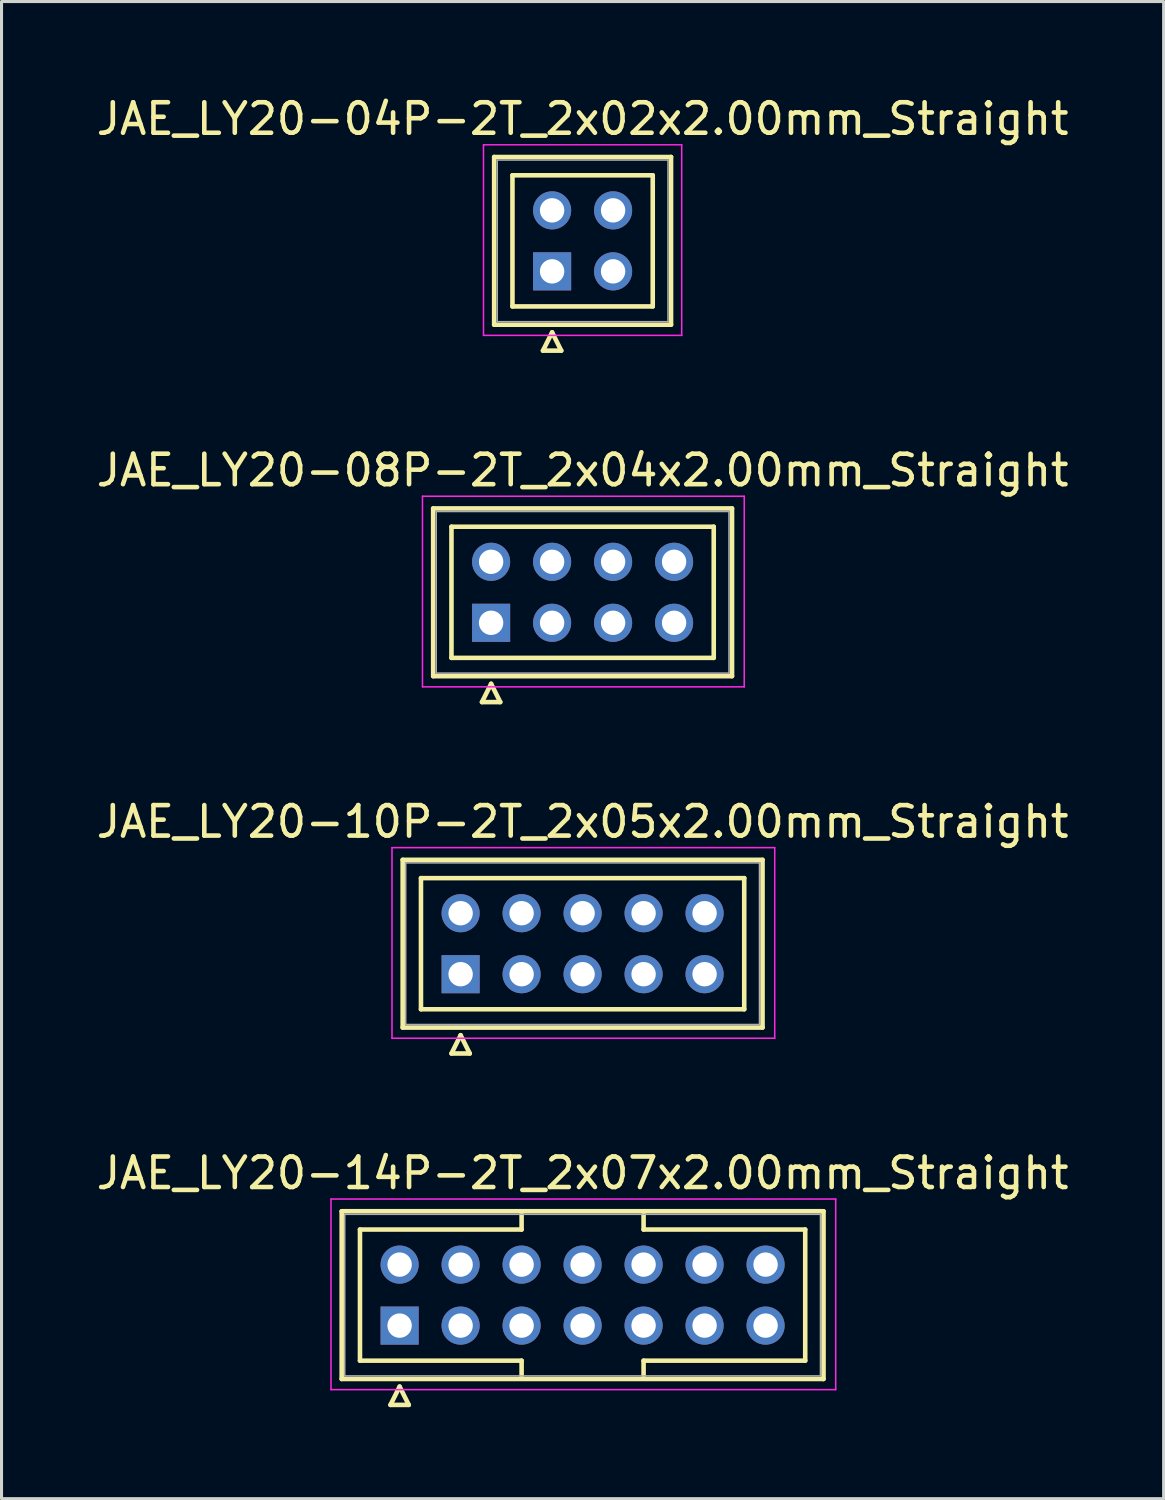
<source format=kicad_pcb>
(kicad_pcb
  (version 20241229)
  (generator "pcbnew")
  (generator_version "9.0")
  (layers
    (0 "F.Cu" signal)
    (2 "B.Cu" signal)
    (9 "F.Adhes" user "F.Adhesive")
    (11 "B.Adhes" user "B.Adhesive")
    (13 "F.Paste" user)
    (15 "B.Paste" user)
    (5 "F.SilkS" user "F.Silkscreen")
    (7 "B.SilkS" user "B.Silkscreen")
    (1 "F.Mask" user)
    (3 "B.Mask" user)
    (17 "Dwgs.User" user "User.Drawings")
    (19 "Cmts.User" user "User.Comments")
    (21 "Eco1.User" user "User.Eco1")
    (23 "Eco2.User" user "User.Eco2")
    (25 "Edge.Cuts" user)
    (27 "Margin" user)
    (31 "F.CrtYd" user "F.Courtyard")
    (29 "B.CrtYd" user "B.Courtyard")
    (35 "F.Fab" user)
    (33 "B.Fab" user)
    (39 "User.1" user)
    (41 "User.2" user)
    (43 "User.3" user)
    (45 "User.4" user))
  (footprint "JAE_LY20-10P-2T_2x05x2.00mm_Straight"
    (layer "F.Cu")
    (at 12.054 28.895)
    (property "Reference" "JAE_LY20-10P-2T_2x05x2.00mm_Straight" (at 4 -5 0) (layer "F.SilkS") (effects (font (size 1 1) (thickness 0.15))))
    (attr through_hole)
    (fp_line (start -1.9 -3.75) (end -1.9 1.75) (stroke (width 0.15) (type solid)) (layer "F.SilkS"))
    (fp_line (start -1.9 1.75) (end 9.9 1.75) (stroke (width 0.15) (type solid)) (layer "F.SilkS"))
    (fp_line (start -1.3 -3.15) (end -1.3 1.15) (stroke (width 0.15) (type solid)) (layer "F.SilkS"))
    (fp_line (start -1.3 1.15) (end 9.3 1.15) (stroke (width 0.15) (type solid)) (layer "F.SilkS"))
    (fp_line (start -0.3 2.6) (end 0.3 2.6) (stroke (width 0.15) (type solid)) (layer "F.SilkS"))
    (fp_line (start 0 2) (end -0.3 2.6) (stroke (width 0.15) (type solid)) (layer "F.SilkS"))
    (fp_line (start 0.3 2.6) (end 0 2) (stroke (width 0.15) (type solid)) (layer "F.SilkS"))
    (fp_line (start 9.3 -3.15) (end -1.3 -3.15) (stroke (width 0.15) (type solid)) (layer "F.SilkS"))
    (fp_line (start 9.3 1.15) (end 9.3 -3.15) (stroke (width 0.15) (type solid)) (layer "F.SilkS"))
    (fp_line (start 9.9 -3.75) (end -1.9 -3.75) (stroke (width 0.15) (type solid)) (layer "F.SilkS"))
    (fp_line (start 9.9 1.75) (end 9.9 -3.75) (stroke (width 0.15) (type solid)) (layer "F.SilkS"))
    (fp_line (start -2.25 -4.15) (end -2.25 2.1) (stroke (width 0.05) (type solid)) (layer "F.CrtYd"))
    (fp_line (start -2.25 2.1) (end 10.3 2.1) (stroke (width 0.05) (type solid)) (layer "F.CrtYd"))
    (fp_line (start 10.3 -4.15) (end -2.25 -4.15) (stroke (width 0.05) (type solid)) (layer "F.CrtYd"))
    (fp_line (start 10.3 2.1) (end 10.3 -4.15) (stroke (width 0.05) (type solid)) (layer "F.CrtYd"))
    (fp_line (start -1.8 -3.65) (end -1.8 1.65) (stroke (width 0.05) (type solid)) (layer "F.Fab"))
    (fp_line (start -1.8 1.65) (end 9.8 1.65) (stroke (width 0.05) (type solid)) (layer "F.Fab"))
    (fp_line (start 9.8 -3.65) (end -1.8 -3.65) (stroke (width 0.05) (type solid)) (layer "F.Fab"))
    (fp_line (start 9.8 1.65) (end 9.8 -3.65) (stroke (width 0.05) (type solid)) (layer "F.Fab"))
    (pad "1" thru_hole rect (at 0 0) (size 1.25 1.25) (drill 0.8) (layers "*.Cu" "*.Mask"))
    (pad "2" thru_hole circle (at 2 0) (size 1.25 1.25) (drill 0.8) (layers "*.Cu" "*.Mask"))
    (pad "3" thru_hole circle (at 4 0) (size 1.25 1.25) (drill 0.8) (layers "*.Cu" "*.Mask"))
    (pad "4" thru_hole circle (at 6 0) (size 1.25 1.25) (drill 0.8) (layers "*.Cu" "*.Mask"))
    (pad "5" thru_hole circle (at 8 0) (size 1.25 1.25) (drill 0.8) (layers "*.Cu" "*.Mask"))
    (pad "6" thru_hole circle (at 0 -2) (size 1.25 1.25) (drill 0.8) (layers "*.Cu" "*.Mask"))
    (pad "7" thru_hole circle (at 2 -2) (size 1.25 1.25) (drill 0.8) (layers "*.Cu" "*.Mask"))
    (pad "8" thru_hole circle (at 4 -2) (size 1.25 1.25) (drill 0.8) (layers "*.Cu" "*.Mask"))
    (pad "9" thru_hole circle (at 6 -2) (size 1.25 1.25) (drill 0.8) (layers "*.Cu" "*.Mask"))
    (pad "10" thru_hole circle (at 8 -2) (size 1.25 1.25) (drill 0.8) (layers "*.Cu" "*.Mask")))
  (footprint "JAE_LY20-04P-2T_2x02x2.00mm_Straight"
    (layer "F.Cu")
    (at 15.054 5.848)
    (property "Reference" "JAE_LY20-04P-2T_2x02x2.00mm_Straight" (at 1 -5 0) (layer "F.SilkS") (effects (font (size 1 1) (thickness 0.15))))
    (attr through_hole)
    (fp_line (start -1.9 -3.75) (end -1.9 1.75) (stroke (width 0.15) (type solid)) (layer "F.SilkS"))
    (fp_line (start -1.9 1.75) (end 3.9 1.75) (stroke (width 0.15) (type solid)) (layer "F.SilkS"))
    (fp_line (start -1.3 -3.15) (end -1.3 1.15) (stroke (width 0.15) (type solid)) (layer "F.SilkS"))
    (fp_line (start -1.3 1.15) (end 3.3 1.15) (stroke (width 0.15) (type solid)) (layer "F.SilkS"))
    (fp_line (start -0.3 2.6) (end 0.3 2.6) (stroke (width 0.15) (type solid)) (layer "F.SilkS"))
    (fp_line (start 0 2) (end -0.3 2.6) (stroke (width 0.15) (type solid)) (layer "F.SilkS"))
    (fp_line (start 0.3 2.6) (end 0 2) (stroke (width 0.15) (type solid)) (layer "F.SilkS"))
    (fp_line (start 3.3 -3.15) (end -1.3 -3.15) (stroke (width 0.15) (type solid)) (layer "F.SilkS"))
    (fp_line (start 3.3 1.15) (end 3.3 -3.15) (stroke (width 0.15) (type solid)) (layer "F.SilkS"))
    (fp_line (start 3.9 -3.75) (end -1.9 -3.75) (stroke (width 0.15) (type solid)) (layer "F.SilkS"))
    (fp_line (start 3.9 1.75) (end 3.9 -3.75) (stroke (width 0.15) (type solid)) (layer "F.SilkS"))
    (fp_line (start -2.25 -4.15) (end -2.25 2.1) (stroke (width 0.05) (type solid)) (layer "F.CrtYd"))
    (fp_line (start -2.25 2.1) (end 4.25 2.1) (stroke (width 0.05) (type solid)) (layer "F.CrtYd"))
    (fp_line (start 4.25 -4.15) (end -2.25 -4.15) (stroke (width 0.05) (type solid)) (layer "F.CrtYd"))
    (fp_line (start 4.25 2.1) (end 4.25 -4.15) (stroke (width 0.05) (type solid)) (layer "F.CrtYd"))
    (fp_line (start -1.8 -3.65) (end -1.8 1.65) (stroke (width 0.05) (type solid)) (layer "F.Fab"))
    (fp_line (start -1.8 1.65) (end 3.8 1.65) (stroke (width 0.05) (type solid)) (layer "F.Fab"))
    (fp_line (start 3.8 -3.65) (end -1.8 -3.65) (stroke (width 0.05) (type solid)) (layer "F.Fab"))
    (fp_line (start 3.8 1.65) (end 3.8 -3.65) (stroke (width 0.05) (type solid)) (layer "F.Fab"))
    (pad "1" thru_hole rect (at 0 0) (size 1.25 1.25) (drill 0.8) (layers "*.Cu" "*.Mask"))
    (pad "2" thru_hole circle (at 2 0) (size 1.25 1.25) (drill 0.8) (layers "*.Cu" "*.Mask"))
    (pad "3" thru_hole circle (at 0 -2) (size 1.25 1.25) (drill 0.8) (layers "*.Cu" "*.Mask"))
    (pad "4" thru_hole circle (at 2 -2) (size 1.25 1.25) (drill 0.8) (layers "*.Cu" "*.Mask")))
  (footprint "JAE_LY20-14P-2T_2x07x2.00mm_Straight"
    (layer "F.Cu")
    (at 10.054 40.418)
    (property "Reference" "JAE_LY20-14P-2T_2x07x2.00mm_Straight" (at 6 -5 0) (layer "F.SilkS") (effects (font (size 1 1) (thickness 0.15))))
    (attr through_hole)
    (fp_line (start -1.9 -3.75) (end -1.9 1.75) (stroke (width 0.15) (type solid)) (layer "F.SilkS"))
    (fp_line (start -1.9 1.75) (end 13.9 1.75) (stroke (width 0.15) (type solid)) (layer "F.SilkS"))
    (fp_line (start -1.3 -3.15) (end 4 -3.15) (stroke (width 0.15) (type solid)) (layer "F.SilkS"))
    (fp_line (start -1.3 1.15) (end -1.3 -3.15) (stroke (width 0.15) (type solid)) (layer "F.SilkS"))
    (fp_line (start -0.3 2.6) (end 0.3 2.6) (stroke (width 0.15) (type solid)) (layer "F.SilkS"))
    (fp_line (start 0 2) (end -0.3 2.6) (stroke (width 0.15) (type solid)) (layer "F.SilkS"))
    (fp_line (start 0.3 2.6) (end 0 2) (stroke (width 0.15) (type solid)) (layer "F.SilkS"))
    (fp_line (start 4 -3.15) (end 4 -3.65) (stroke (width 0.15) (type solid)) (layer "F.SilkS"))
    (fp_line (start 4 1.15) (end -1.3 1.15) (stroke (width 0.15) (type solid)) (layer "F.SilkS"))
    (fp_line (start 4 1.65) (end 4 1.15) (stroke (width 0.15) (type solid)) (layer "F.SilkS"))
    (fp_line (start 8 -3.15) (end 8 -3.65) (stroke (width 0.15) (type solid)) (layer "F.SilkS"))
    (fp_line (start 8 1.15) (end 13.3 1.15) (stroke (width 0.15) (type solid)) (layer "F.SilkS"))
    (fp_line (start 8 1.65) (end 8 1.15) (stroke (width 0.15) (type solid)) (layer "F.SilkS"))
    (fp_line (start 13.3 -3.15) (end 8 -3.15) (stroke (width 0.15) (type solid)) (layer "F.SilkS"))
    (fp_line (start 13.3 1.15) (end 13.3 -3.15) (stroke (width 0.15) (type solid)) (layer "F.SilkS"))
    (fp_line (start 13.9 -3.75) (end -1.9 -3.75) (stroke (width 0.15) (type solid)) (layer "F.SilkS"))
    (fp_line (start 13.9 1.75) (end 13.9 -3.75) (stroke (width 0.15) (type solid)) (layer "F.SilkS"))
    (fp_line (start -2.25 -4.15) (end -2.25 2.1) (stroke (width 0.05) (type solid)) (layer "F.CrtYd"))
    (fp_line (start -2.25 2.1) (end 14.3 2.1) (stroke (width 0.05) (type solid)) (layer "F.CrtYd"))
    (fp_line (start 14.3 -4.15) (end -2.25 -4.15) (stroke (width 0.05) (type solid)) (layer "F.CrtYd"))
    (fp_line (start 14.3 2.1) (end 14.3 -4.15) (stroke (width 0.05) (type solid)) (layer "F.CrtYd"))
    (fp_line (start -1.8 -3.65) (end -1.8 1.65) (stroke (width 0.05) (type solid)) (layer "F.Fab"))
    (fp_line (start -1.8 1.65) (end 13.8 1.65) (stroke (width 0.05) (type solid)) (layer "F.Fab"))
    (fp_line (start 13.8 -3.65) (end -1.8 -3.65) (stroke (width 0.05) (type solid)) (layer "F.Fab"))
    (fp_line (start 13.8 1.65) (end 13.8 -3.65) (stroke (width 0.05) (type solid)) (layer "F.Fab"))
    (pad "1" thru_hole rect (at 0 0) (size 1.25 1.25) (drill 0.8) (layers "*.Cu" "*.Mask"))
    (pad "2" thru_hole circle (at 2 0) (size 1.25 1.25) (drill 0.8) (layers "*.Cu" "*.Mask"))
    (pad "3" thru_hole circle (at 4 0) (size 1.25 1.25) (drill 0.8) (layers "*.Cu" "*.Mask"))
    (pad "4" thru_hole circle (at 6 0) (size 1.25 1.25) (drill 0.8) (layers "*.Cu" "*.Mask"))
    (pad "5" thru_hole circle (at 8 0) (size 1.25 1.25) (drill 0.8) (layers "*.Cu" "*.Mask"))
    (pad "6" thru_hole circle (at 10 0) (size 1.25 1.25) (drill 0.8) (layers "*.Cu" "*.Mask"))
    (pad "7" thru_hole circle (at 12 0) (size 1.25 1.25) (drill 0.8) (layers "*.Cu" "*.Mask"))
    (pad "8" thru_hole circle (at 0 -2) (size 1.25 1.25) (drill 0.8) (layers "*.Cu" "*.Mask"))
    (pad "9" thru_hole circle (at 2 -2) (size 1.25 1.25) (drill 0.8) (layers "*.Cu" "*.Mask"))
    (pad "10" thru_hole circle (at 4 -2) (size 1.25 1.25) (drill 0.8) (layers "*.Cu" "*.Mask"))
    (pad "11" thru_hole circle (at 6 -2) (size 1.25 1.25) (drill 0.8) (layers "*.Cu" "*.Mask"))
    (pad "12" thru_hole circle (at 8 -2) (size 1.25 1.25) (drill 0.8) (layers "*.Cu" "*.Mask"))
    (pad "13" thru_hole circle (at 10 -2) (size 1.25 1.25) (drill 0.8) (layers "*.Cu" "*.Mask"))
    (pad "14" thru_hole circle (at 12 -2) (size 1.25 1.25) (drill 0.8) (layers "*.Cu" "*.Mask")))
  (footprint "JAE_LY20-08P-2T_2x04x2.00mm_Straight"
    (layer "F.Cu")
    (at 13.054 17.372)
    (property "Reference" "JAE_LY20-08P-2T_2x04x2.00mm_Straight" (at 3 -5 0) (layer "F.SilkS") (effects (font (size 1 1) (thickness 0.15))))
    (attr through_hole)
    (fp_line (start -1.9 -3.75) (end -1.9 1.75) (stroke (width 0.15) (type solid)) (layer "F.SilkS"))
    (fp_line (start -1.9 1.75) (end 7.9 1.75) (stroke (width 0.15) (type solid)) (layer "F.SilkS"))
    (fp_line (start -1.3 -3.15) (end -1.3 1.15) (stroke (width 0.15) (type solid)) (layer "F.SilkS"))
    (fp_line (start -1.3 1.15) (end 7.3 1.15) (stroke (width 0.15) (type solid)) (layer "F.SilkS"))
    (fp_line (start -0.3 2.6) (end 0.3 2.6) (stroke (width 0.15) (type solid)) (layer "F.SilkS"))
    (fp_line (start 0 2) (end -0.3 2.6) (stroke (width 0.15) (type solid)) (layer "F.SilkS"))
    (fp_line (start 0.3 2.6) (end 0 2) (stroke (width 0.15) (type solid)) (layer "F.SilkS"))
    (fp_line (start 7.3 -3.15) (end -1.3 -3.15) (stroke (width 0.15) (type solid)) (layer "F.SilkS"))
    (fp_line (start 7.3 1.15) (end 7.3 -3.15) (stroke (width 0.15) (type solid)) (layer "F.SilkS"))
    (fp_line (start 7.9 -3.75) (end -1.9 -3.75) (stroke (width 0.15) (type solid)) (layer "F.SilkS"))
    (fp_line (start 7.9 1.75) (end 7.9 -3.75) (stroke (width 0.15) (type solid)) (layer "F.SilkS"))
    (fp_line (start -2.25 -4.15) (end -2.25 2.1) (stroke (width 0.05) (type solid)) (layer "F.CrtYd"))
    (fp_line (start -2.25 2.1) (end 8.3 2.1) (stroke (width 0.05) (type solid)) (layer "F.CrtYd"))
    (fp_line (start 8.3 -4.15) (end -2.25 -4.15) (stroke (width 0.05) (type solid)) (layer "F.CrtYd"))
    (fp_line (start 8.3 2.1) (end 8.3 -4.15) (stroke (width 0.05) (type solid)) (layer "F.CrtYd"))
    (fp_line (start -1.8 -3.65) (end -1.8 1.65) (stroke (width 0.05) (type solid)) (layer "F.Fab"))
    (fp_line (start -1.8 1.65) (end 7.8 1.65) (stroke (width 0.05) (type solid)) (layer "F.Fab"))
    (fp_line (start 7.8 -3.65) (end -1.8 -3.65) (stroke (width 0.05) (type solid)) (layer "F.Fab"))
    (fp_line (start 7.8 1.65) (end 7.8 -3.65) (stroke (width 0.05) (type solid)) (layer "F.Fab"))
    (pad "1" thru_hole rect (at 0 0) (size 1.25 1.25) (drill 0.8) (layers "*.Cu" "*.Mask"))
    (pad "2" thru_hole circle (at 2 0) (size 1.25 1.25) (drill 0.8) (layers "*.Cu" "*.Mask"))
    (pad "3" thru_hole circle (at 4 0) (size 1.25 1.25) (drill 0.8) (layers "*.Cu" "*.Mask"))
    (pad "4" thru_hole circle (at 6 0) (size 1.25 1.25) (drill 0.8) (layers "*.Cu" "*.Mask"))
    (pad "5" thru_hole circle (at 0 -2) (size 1.25 1.25) (drill 0.8) (layers "*.Cu" "*.Mask"))
    (pad "6" thru_hole circle (at 2 -2) (size 1.25 1.25) (drill 0.8) (layers "*.Cu" "*.Mask"))
    (pad "7" thru_hole circle (at 4 -2) (size 1.25 1.25) (drill 0.8) (layers "*.Cu" "*.Mask"))
    (pad "8" thru_hole circle (at 6 -2) (size 1.25 1.25) (drill 0.8) (layers "*.Cu" "*.Mask")))
  (gr_rect
    (start -3 -3)
    (end 35.107 46.093)
    (stroke (width 0.1) (type default))
    (fill no)
    (layer "Edge.Cuts")))
</source>
